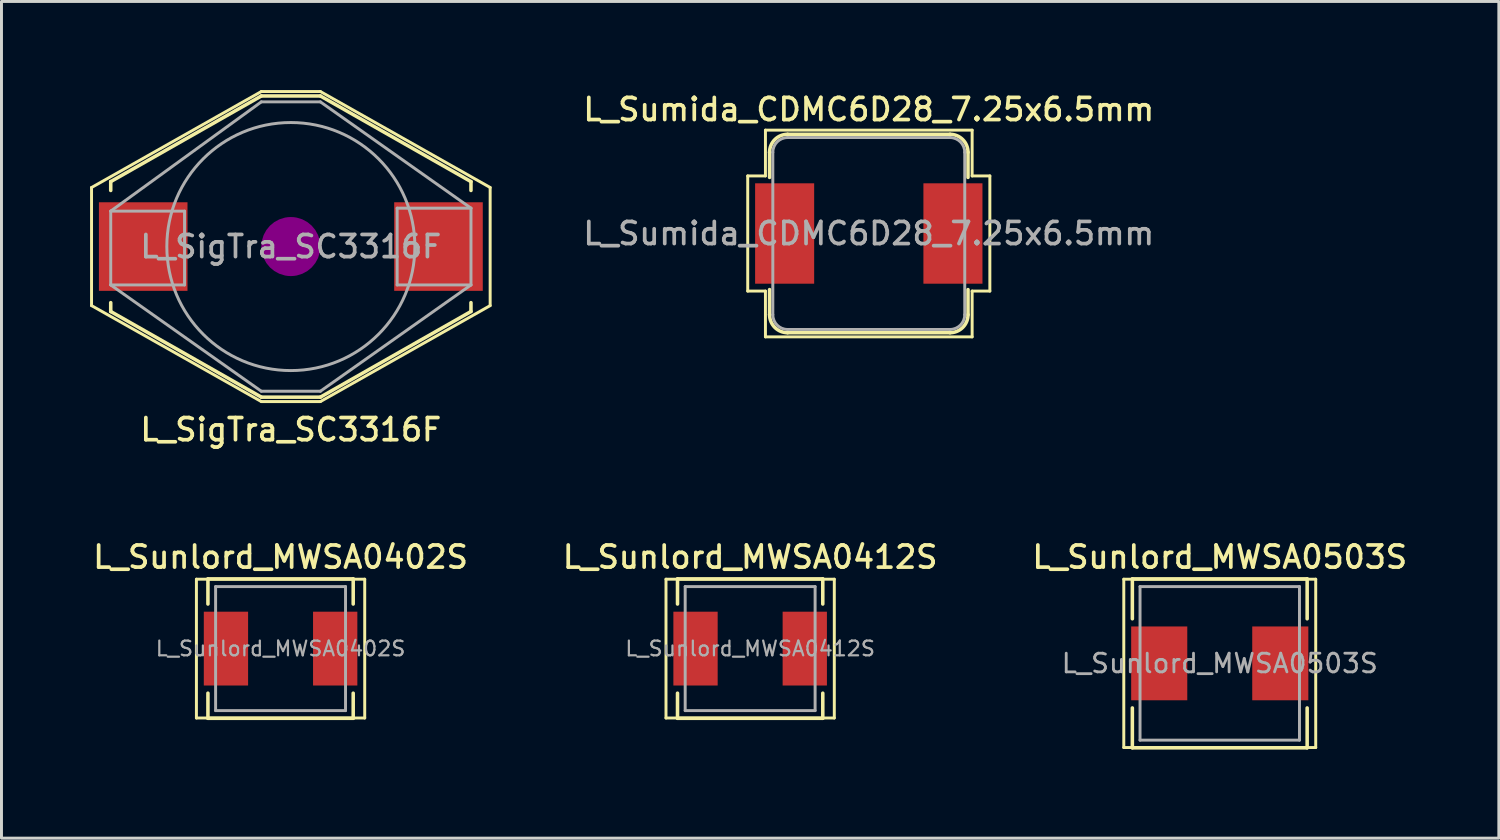
<source format=kicad_pcb>
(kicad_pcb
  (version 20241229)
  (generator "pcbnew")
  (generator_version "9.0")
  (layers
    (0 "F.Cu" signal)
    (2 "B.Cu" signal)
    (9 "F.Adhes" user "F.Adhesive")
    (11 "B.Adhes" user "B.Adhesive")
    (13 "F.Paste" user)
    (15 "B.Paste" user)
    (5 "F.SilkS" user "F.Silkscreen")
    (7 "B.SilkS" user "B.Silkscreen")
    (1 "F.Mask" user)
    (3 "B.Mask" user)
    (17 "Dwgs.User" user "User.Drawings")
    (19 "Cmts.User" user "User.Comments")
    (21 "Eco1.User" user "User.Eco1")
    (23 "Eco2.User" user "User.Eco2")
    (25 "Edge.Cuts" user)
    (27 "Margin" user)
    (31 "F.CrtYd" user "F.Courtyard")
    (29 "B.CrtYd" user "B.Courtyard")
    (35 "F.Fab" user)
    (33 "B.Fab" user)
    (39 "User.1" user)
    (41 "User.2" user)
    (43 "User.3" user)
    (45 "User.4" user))
  (footprint "L_Sumida_CDMC6D28_7.25x6.5mm"
    (layer "F.Cu")
    (at 26.373 4.858)
    (property "Reference" "L_Sumida_CDMC6D28_7.25x6.5mm" (at 0 -4.2 0) (layer "F.SilkS") (effects (font (size 0.75 0.75) (thickness 0.125))))
    (attr smd)
    (fp_line (start -4.1 -1.95) (end -3.5 -1.95) (stroke (width 0.1) (type solid)) (layer "F.SilkS"))
    (fp_line (start -4.1 1.95) (end -4.1 -1.95) (stroke (width 0.1) (type solid)) (layer "F.SilkS"))
    (fp_line (start -3.5 -3.5) (end 3.5 -3.5) (stroke (width 0.1) (type solid)) (layer "F.SilkS"))
    (fp_line (start -3.5 -1.95) (end -3.5 -3.5) (stroke (width 0.1) (type solid)) (layer "F.SilkS"))
    (fp_line (start -3.5 1.95) (end -4.1 1.95) (stroke (width 0.1) (type solid)) (layer "F.SilkS"))
    (fp_line (start -3.5 3.5) (end -3.5 1.95) (stroke (width 0.1) (type solid)) (layer "F.SilkS"))
    (fp_line (start -3.36 -1.9) (end -3.36 -2.75) (stroke (width 0.12) (type solid)) (layer "F.SilkS"))
    (fp_line (start -3.36 2.75) (end -3.36 1.9) (stroke (width 0.12) (type solid)) (layer "F.SilkS"))
    (fp_line (start -2.75 -3.36) (end 2.75 -3.36) (stroke (width 0.12) (type solid)) (layer "F.SilkS"))
    (fp_line (start 2.75 3.36) (end -2.75 3.36) (stroke (width 0.12) (type solid)) (layer "F.SilkS"))
    (fp_line (start 3.36 -2.75) (end 3.36 -1.9) (stroke (width 0.12) (type solid)) (layer "F.SilkS"))
    (fp_line (start 3.36 1.9) (end 3.36 2.75) (stroke (width 0.12) (type solid)) (layer "F.SilkS"))
    (fp_line (start 3.5 -3.5) (end 3.5 -1.95) (stroke (width 0.1) (type solid)) (layer "F.SilkS"))
    (fp_line (start 3.5 -1.95) (end 4.1 -1.95) (stroke (width 0.1) (type solid)) (layer "F.SilkS"))
    (fp_line (start 3.5 1.95) (end 3.5 3.5) (stroke (width 0.1) (type solid)) (layer "F.SilkS"))
    (fp_line (start 3.5 3.5) (end -3.5 3.5) (stroke (width 0.1) (type solid)) (layer "F.SilkS"))
    (fp_line (start 4.1 -1.95) (end 4.1 1.95) (stroke (width 0.1) (type solid)) (layer "F.SilkS"))
    (fp_line (start 4.1 1.95) (end 3.5 1.95) (stroke (width 0.1) (type solid)) (layer "F.SilkS"))
    (fp_arc (start -3.36 -2.75) (mid -3.181335 -3.181335) (end -2.75 -3.36) (stroke (width 0.12) (type solid)) (layer "F.SilkS"))
    (fp_arc (start -2.75 3.36) (mid -3.181335 3.181335) (end -3.36 2.75) (stroke (width 0.12) (type solid)) (layer "F.SilkS"))
    (fp_arc (start 2.75 -3.36) (mid 3.181335 -3.181335) (end 3.36 -2.75) (stroke (width 0.12) (type solid)) (layer "F.SilkS"))
    (fp_arc (start 3.36 2.75) (mid 3.181335 3.181335) (end 2.75 3.36) (stroke (width 0.12) (type solid)) (layer "F.SilkS"))
    (fp_line (start -3.25 2.75) (end -3.25 -2.75) (stroke (width 0.1) (type solid)) (layer "F.Fab"))
    (fp_line (start -2.75 -3.25) (end 2.75 -3.25) (stroke (width 0.1) (type solid)) (layer "F.Fab"))
    (fp_line (start 2.75 3.25) (end -2.75 3.25) (stroke (width 0.1) (type solid)) (layer "F.Fab"))
    (fp_line (start 3.25 -2.75) (end 3.25 2.75) (stroke (width 0.1) (type solid)) (layer "F.Fab"))
    (fp_arc (start -3.25 -2.75) (mid -3.103553 -3.103553) (end -2.75 -3.25) (stroke (width 0.1) (type solid)) (layer "F.Fab"))
    (fp_arc (start -2.75 3.25) (mid -3.103553 3.103553) (end -3.25 2.75) (stroke (width 0.1) (type solid)) (layer "F.Fab"))
    (fp_arc (start 2.75 -3.25) (mid 3.103553 -3.103553) (end 3.25 -2.75) (stroke (width 0.1) (type solid)) (layer "F.Fab"))
    (fp_arc (start 3.25 2.75) (mid 3.103553 3.103553) (end 2.75 3.25) (stroke (width 0.1) (type solid)) (layer "F.Fab"))
    (fp_text user "${REFERENCE}" (at 0 0 0) (layer "F.Fab") (effects (font (size 0.75 0.75) (thickness 0.125))))
    (pad "1" smd rect (at -2.85 0) (size 2 3.4) (layers "F.Cu" "F.Mask" "F.Paste"))
    (pad "2" smd rect (at 2.85 0) (size 2 3.4) (layers "F.Cu" "F.Mask" "F.Paste")))
  (footprint "L_Sunlord_MWSA0402S"
    (layer "F.Cu")
    (at 6.452 18.916)
    (property "Reference" "L_Sunlord_MWSA0402S" (at 0 -3.1 0) (layer "F.SilkS") (effects (font (size 0.75 0.75) (thickness 0.125))))
    (attr smd)
    (fp_line (start -2.85 -2.35) (end -2.85 2.35) (stroke (width 0.1) (type solid)) (layer "F.SilkS"))
    (fp_line (start -2.85 2.35) (end 2.85 2.35) (stroke (width 0.1) (type solid)) (layer "F.SilkS"))
    (fp_line (start -2.46 -2.36) (end -2.46 -1.51) (stroke (width 0.12) (type solid)) (layer "F.SilkS"))
    (fp_line (start -2.46 -2.36) (end 2.46 -2.36) (stroke (width 0.12) (type solid)) (layer "F.SilkS"))
    (fp_line (start -2.46 2.36) (end -2.46 1.51) (stroke (width 0.12) (type solid)) (layer "F.SilkS"))
    (fp_line (start -2.46 2.36) (end 2.46 2.36) (stroke (width 0.12) (type solid)) (layer "F.SilkS"))
    (fp_line (start 2.46 -2.36) (end 2.46 -1.51) (stroke (width 0.12) (type solid)) (layer "F.SilkS"))
    (fp_line (start 2.46 2.36) (end 2.46 1.51) (stroke (width 0.12) (type solid)) (layer "F.SilkS"))
    (fp_line (start 2.85 -2.35) (end -2.85 -2.35) (stroke (width 0.1) (type solid)) (layer "F.SilkS"))
    (fp_line (start 2.85 2.35) (end 2.85 -2.35) (stroke (width 0.1) (type solid)) (layer "F.SilkS"))
    (fp_line (start -2.2 -2.1) (end -2.2 2.1) (stroke (width 0.1) (type solid)) (layer "F.Fab"))
    (fp_line (start -2.2 2.1) (end 2.2 2.1) (stroke (width 0.1) (type solid)) (layer "F.Fab"))
    (fp_line (start 2.2 -2.1) (end -2.2 -2.1) (stroke (width 0.1) (type solid)) (layer "F.Fab"))
    (fp_line (start 2.2 2.1) (end 2.2 -2.1) (stroke (width 0.1) (type solid)) (layer "F.Fab"))
    (fp_text user "${REFERENCE}" (at 0 0 0) (layer "F.Fab") (effects (font (size 0.5 0.5) (thickness 0.075))))
    (pad "1" smd rect (at -1.85 0) (size 1.5 2.5) (layers "F.Cu" "F.Mask" "F.Paste"))
    (pad "2" smd rect (at 1.85 0) (size 1.5 2.5) (layers "F.Cu" "F.Mask" "F.Paste")))
  (footprint "L_SigTra_SC3316F"
    (layer "F.Cu")
    (at 6.8 5.3)
    (property "Reference" "L_SigTra_SC3316F" (at 0 6.2 0) (layer "F.SilkS") (effects (font (size 0.75 0.75) (thickness 0.125))))
    (attr smd)
    (fp_line (start -6.75 -2) (end -6.75 2) (stroke (width 0.1) (type solid)) (layer "F.SilkS"))
    (fp_line (start -6.75 2) (end -1 5.25) (stroke (width 0.1) (type solid)) (layer "F.SilkS"))
    (fp_line (start -6.1 -2.2) (end -1 -5.1) (stroke (width 0.12) (type solid)) (layer "F.SilkS"))
    (fp_line (start -6.1 -1.9) (end -6.1 -2.2) (stroke (width 0.12) (type solid)) (layer "F.SilkS"))
    (fp_line (start -6.1 1.9) (end -6.1 2.2) (stroke (width 0.12) (type solid)) (layer "F.SilkS"))
    (fp_line (start -6.1 2.2) (end -1 5.1) (stroke (width 0.12) (type solid)) (layer "F.SilkS"))
    (fp_line (start -1 -5.25) (end -6.75 -2) (stroke (width 0.1) (type solid)) (layer "F.SilkS"))
    (fp_line (start -1 -5.25) (end 1 -5.25) (stroke (width 0.1) (type solid)) (layer "F.SilkS"))
    (fp_line (start -1 5.25) (end 1 5.25) (stroke (width 0.1) (type solid)) (layer "F.SilkS"))
    (fp_line (start 1 -5.25) (end 6.75 -2) (stroke (width 0.1) (type solid)) (layer "F.SilkS"))
    (fp_line (start 1 -5.1) (end -1 -5.1) (stroke (width 0.12) (type solid)) (layer "F.SilkS"))
    (fp_line (start 1 5.1) (end -1 5.1) (stroke (width 0.12) (type solid)) (layer "F.SilkS"))
    (fp_line (start 1 5.25) (end 6.75 2) (stroke (width 0.1) (type solid)) (layer "F.SilkS"))
    (fp_line (start 6.1 -2.2) (end 1 -5.1) (stroke (width 0.12) (type solid)) (layer "F.SilkS"))
    (fp_line (start 6.1 -1.9) (end 6.1 -2.2) (stroke (width 0.12) (type solid)) (layer "F.SilkS"))
    (fp_line (start 6.1 1.9) (end 6.1 2.2) (stroke (width 0.12) (type solid)) (layer "F.SilkS"))
    (fp_line (start 6.1 2.2) (end 1 5.1) (stroke (width 0.12) (type solid)) (layer "F.SilkS"))
    (fp_line (start 6.75 2) (end 6.75 -2) (stroke (width 0.1) (type solid)) (layer "F.SilkS"))
    (fp_circle (center 0 0) (end 0.5 0) (stroke (width 1) (type solid)) (fill no) (layer "F.Adhes"))
    (fp_line (start -6.1 -1.2) (end -3.6 -1.2) (stroke (width 0.1) (type solid)) (layer "F.Fab"))
    (fp_line (start -6.1 1.3) (end -6.1 -1.2) (stroke (width 0.1) (type solid)) (layer "F.Fab"))
    (fp_line (start -3.6 -1.2) (end -3.6 0) (stroke (width 0.1) (type solid)) (layer "F.Fab"))
    (fp_line (start -3.6 0) (end -3.6 1.3) (stroke (width 0.1) (type solid)) (layer "F.Fab"))
    (fp_line (start -3.6 1.3) (end -6.1 1.3) (stroke (width 0.1) (type solid)) (layer "F.Fab"))
    (fp_line (start -1 -4.9) (end -6.1 -1.2) (stroke (width 0.1) (type solid)) (layer "F.Fab"))
    (fp_line (start -1 4.9) (end -6.1 1.3) (stroke (width 0.1) (type solid)) (layer "F.Fab"))
    (fp_line (start 1 -4.9) (end -1 -4.9) (stroke (width 0.1) (type solid)) (layer "F.Fab"))
    (fp_line (start 1 -4.9) (end 6.1 -1.3) (stroke (width 0.1) (type solid)) (layer "F.Fab"))
    (fp_line (start 1 4.9) (end -1 4.9) (stroke (width 0.1) (type solid)) (layer "F.Fab"))
    (fp_line (start 3.6 -1.3) (end 6.1 -1.3) (stroke (width 0.1) (type solid)) (layer "F.Fab"))
    (fp_line (start 3.6 1.3) (end 3.6 -1.3) (stroke (width 0.1) (type solid)) (layer "F.Fab"))
    (fp_line (start 6.1 -1.3) (end 6.1 1.3) (stroke (width 0.1) (type solid)) (layer "F.Fab"))
    (fp_line (start 6.1 1.3) (end 1 4.9) (stroke (width 0.1) (type solid)) (layer "F.Fab"))
    (fp_line (start 6.1 1.3) (end 3.6 1.3) (stroke (width 0.1) (type solid)) (layer "F.Fab"))
    (fp_circle (center 0 0) (end 4.2 0) (stroke (width 0.1) (type solid)) (fill no) (layer "F.Fab"))
    (fp_text user "${REFERENCE}" (at 0 0 0) (layer "F.Fab") (effects (font (size 0.75 0.75) (thickness 0.125))))
    (pad "1" smd rect (at -5 0) (size 3 3) (layers "F.Cu" "F.Mask" "F.Paste"))
    (pad "2" smd rect (at 5 0) (size 3 3) (layers "F.Cu" "F.Mask" "F.Paste")))
  (footprint "L_Sunlord_MWSA0412S"
    (layer "F.Cu")
    (at 22.355 18.916)
    (property "Reference" "L_Sunlord_MWSA0412S" (at 0 -3.1 0) (layer "F.SilkS") (effects (font (size 0.75 0.75) (thickness 0.125))))
    (attr smd)
    (fp_line (start -2.85 -2.35) (end -2.85 2.35) (stroke (width 0.1) (type solid)) (layer "F.SilkS"))
    (fp_line (start -2.85 2.35) (end 2.85 2.35) (stroke (width 0.1) (type solid)) (layer "F.SilkS"))
    (fp_line (start -2.46 -2.36) (end -2.46 -1.51) (stroke (width 0.12) (type solid)) (layer "F.SilkS"))
    (fp_line (start -2.46 -2.36) (end 2.46 -2.36) (stroke (width 0.12) (type solid)) (layer "F.SilkS"))
    (fp_line (start -2.46 2.36) (end -2.46 1.51) (stroke (width 0.12) (type solid)) (layer "F.SilkS"))
    (fp_line (start -2.46 2.36) (end 2.46 2.36) (stroke (width 0.12) (type solid)) (layer "F.SilkS"))
    (fp_line (start 2.46 -2.36) (end 2.46 -1.51) (stroke (width 0.12) (type solid)) (layer "F.SilkS"))
    (fp_line (start 2.46 2.36) (end 2.46 1.51) (stroke (width 0.12) (type solid)) (layer "F.SilkS"))
    (fp_line (start 2.85 -2.35) (end -2.85 -2.35) (stroke (width 0.1) (type solid)) (layer "F.SilkS"))
    (fp_line (start 2.85 2.35) (end 2.85 -2.35) (stroke (width 0.1) (type solid)) (layer "F.SilkS"))
    (fp_line (start -2.2 -2.1) (end -2.2 2.1) (stroke (width 0.1) (type solid)) (layer "F.Fab"))
    (fp_line (start -2.2 2.1) (end 2.2 2.1) (stroke (width 0.1) (type solid)) (layer "F.Fab"))
    (fp_line (start 2.2 -2.1) (end -2.2 -2.1) (stroke (width 0.1) (type solid)) (layer "F.Fab"))
    (fp_line (start 2.2 2.1) (end 2.2 -2.1) (stroke (width 0.1) (type solid)) (layer "F.Fab"))
    (fp_text user "${REFERENCE}" (at 0 0 0) (layer "F.Fab") (effects (font (size 0.5 0.5) (thickness 0.075))))
    (pad "1" smd rect (at -1.85 0) (size 1.5 2.5) (layers "F.Cu" "F.Mask" "F.Paste"))
    (pad "2" smd rect (at 1.85 0) (size 1.5 2.5) (layers "F.Cu" "F.Mask" "F.Paste")))
  (footprint "L_Sunlord_MWSA0503S"
    (layer "F.Cu")
    (at 38.259 19.416)
    (property "Reference" "L_Sunlord_MWSA0503S" (at 0 -3.6 0) (layer "F.SilkS") (effects (font (size 0.75 0.75) (thickness 0.125))))
    (attr smd)
    (fp_line (start -3.25 -2.85) (end -3.25 2.85) (stroke (width 0.1) (type solid)) (layer "F.SilkS"))
    (fp_line (start -3.25 2.85) (end 3.25 2.85) (stroke (width 0.1) (type solid)) (layer "F.SilkS"))
    (fp_line (start -2.96 -2.86) (end -2.96 -1.51) (stroke (width 0.12) (type solid)) (layer "F.SilkS"))
    (fp_line (start -2.96 -2.86) (end 2.96 -2.86) (stroke (width 0.12) (type solid)) (layer "F.SilkS"))
    (fp_line (start -2.96 2.86) (end -2.96 1.51) (stroke (width 0.12) (type solid)) (layer "F.SilkS"))
    (fp_line (start -2.96 2.86) (end 2.96 2.86) (stroke (width 0.12) (type solid)) (layer "F.SilkS"))
    (fp_line (start 2.96 -2.86) (end 2.96 -1.51) (stroke (width 0.12) (type solid)) (layer "F.SilkS"))
    (fp_line (start 2.96 2.86) (end 2.96 1.51) (stroke (width 0.12) (type solid)) (layer "F.SilkS"))
    (fp_line (start 3.25 -2.85) (end -3.25 -2.85) (stroke (width 0.1) (type solid)) (layer "F.SilkS"))
    (fp_line (start 3.25 2.85) (end 3.25 -2.85) (stroke (width 0.1) (type solid)) (layer "F.SilkS"))
    (fp_line (start -2.7 -2.6) (end -2.7 2.6) (stroke (width 0.1) (type solid)) (layer "F.Fab"))
    (fp_line (start -2.7 2.6) (end 2.7 2.6) (stroke (width 0.1) (type solid)) (layer "F.Fab"))
    (fp_line (start 2.7 -2.6) (end -2.7 -2.6) (stroke (width 0.1) (type solid)) (layer "F.Fab"))
    (fp_line (start 2.7 2.6) (end 2.7 -2.6) (stroke (width 0.1) (type solid)) (layer "F.Fab"))
    (fp_text user "${REFERENCE}" (at 0 0 0) (layer "F.Fab") (effects (font (size 0.633 0.633) (thickness 0.095))))
    (pad "1" smd rect (at -2.05 0) (size 1.9 2.5) (layers "F.Cu" "F.Mask" "F.Paste"))
    (pad "2" smd rect (at 2.05 0) (size 1.9 2.5) (layers "F.Cu" "F.Mask" "F.Paste")))
  (gr_rect
    (start -3 -3)
    (end 47.711 25.336)
    (stroke (width 0.1) (type default))
    (fill no)
    (layer "Edge.Cuts")))
</source>
